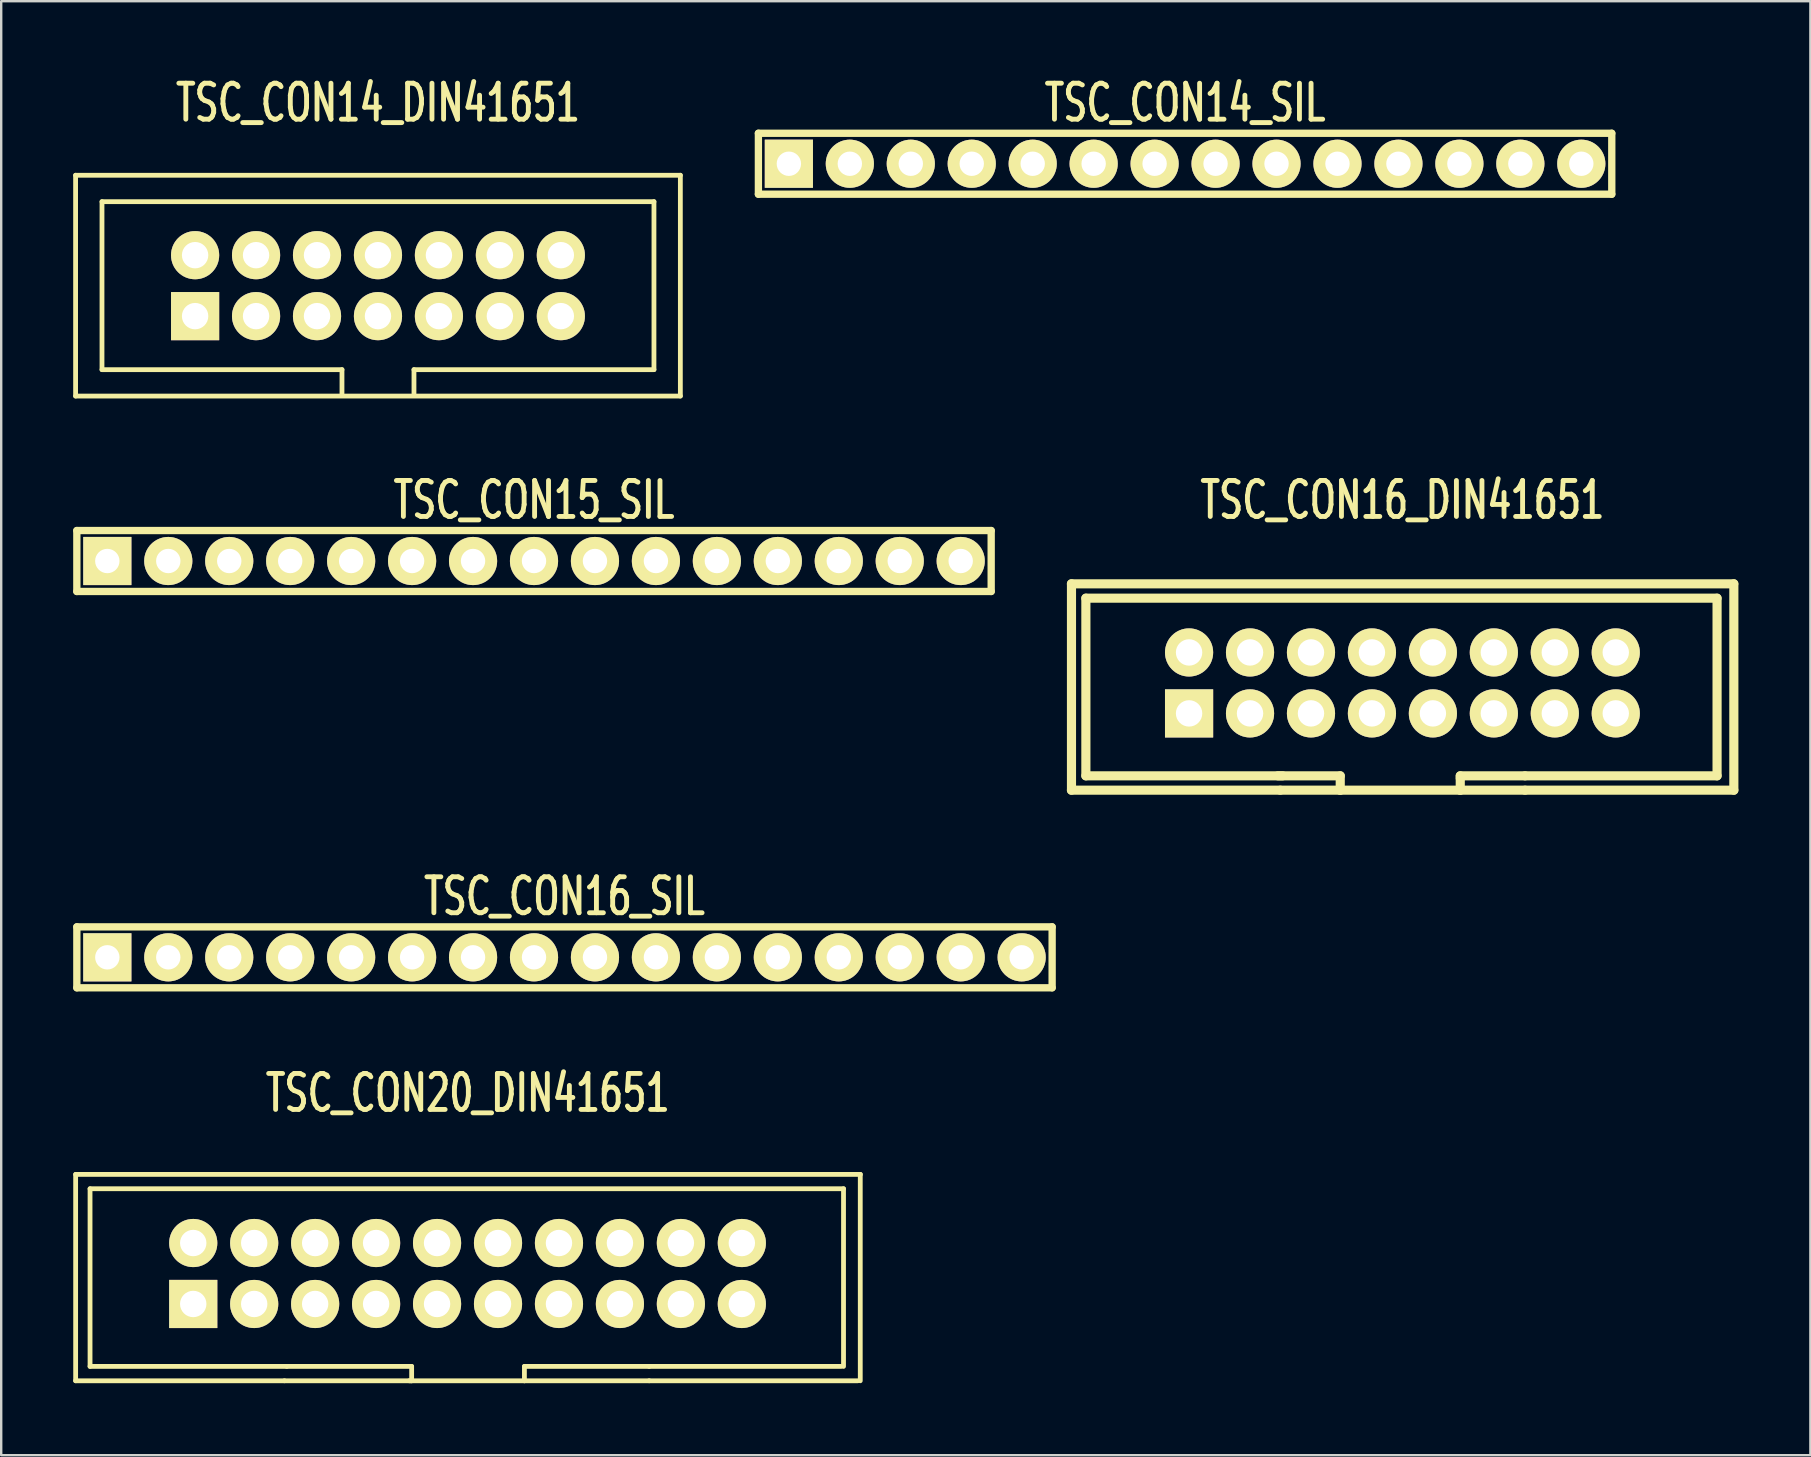
<source format=kicad_pcb>
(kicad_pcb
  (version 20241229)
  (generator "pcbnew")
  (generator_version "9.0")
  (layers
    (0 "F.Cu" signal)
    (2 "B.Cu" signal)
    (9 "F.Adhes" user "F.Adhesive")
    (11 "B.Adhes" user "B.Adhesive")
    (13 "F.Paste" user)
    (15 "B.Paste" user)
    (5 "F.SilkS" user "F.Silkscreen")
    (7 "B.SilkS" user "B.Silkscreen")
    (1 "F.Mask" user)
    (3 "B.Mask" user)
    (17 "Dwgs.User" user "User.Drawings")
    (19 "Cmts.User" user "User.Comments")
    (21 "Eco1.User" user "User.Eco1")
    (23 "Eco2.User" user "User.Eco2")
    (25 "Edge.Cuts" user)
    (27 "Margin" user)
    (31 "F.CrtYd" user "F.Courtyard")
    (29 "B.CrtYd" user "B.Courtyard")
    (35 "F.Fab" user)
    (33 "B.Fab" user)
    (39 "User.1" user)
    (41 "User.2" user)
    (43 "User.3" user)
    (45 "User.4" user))
  (footprint "TSC_CON14_SIL"
    (layer "F.Cu")
    (at 46.332 3.773)
    (property "Reference" "TSC_CON14_SIL" (at 0 -2.54 0) (layer "F.SilkS") (effects (font (size 1.499 1.016) (thickness 0.203))))
    (attr through_hole)
    (fp_line (start -17.78 -1.27) (end 17.78 -1.27) (stroke (width 0.305) (type solid)) (layer "F.SilkS"))
    (fp_line (start -17.78 1.27) (end -17.78 -1.27) (stroke (width 0.305) (type solid)) (layer "F.SilkS"))
    (fp_line (start 17.78 -1.27) (end 17.78 1.27) (stroke (width 0.305) (type solid)) (layer "F.SilkS"))
    (fp_line (start 17.78 1.27) (end -17.78 1.27) (stroke (width 0.305) (type solid)) (layer "F.SilkS"))
    (pad "1" thru_hole rect (at -16.51 0) (size 2.007 2.007) (drill 1.016) (layers "*.Cu" "*.Mask" "F.SilkS"))
    (pad "2" thru_hole circle (at -13.97 0) (size 2.007 2.007) (drill 1.016) (layers "*.Cu" "*.Mask" "F.SilkS"))
    (pad "3" thru_hole circle (at -11.43 0) (size 2.007 2.007) (drill 1.016) (layers "*.Cu" "*.Mask" "F.SilkS"))
    (pad "4" thru_hole circle (at -8.89 0) (size 2.007 2.007) (drill 1.016) (layers "*.Cu" "*.Mask" "F.SilkS"))
    (pad "5" thru_hole circle (at -6.35 0) (size 2.007 2.007) (drill 1.016) (layers "*.Cu" "*.Mask" "F.SilkS"))
    (pad "6" thru_hole circle (at -3.81 0) (size 2.007 2.007) (drill 1.016) (layers "*.Cu" "*.Mask" "F.SilkS"))
    (pad "7" thru_hole circle (at -1.27 0) (size 2.007 2.007) (drill 1.016) (layers "*.Cu" "*.Mask" "F.SilkS"))
    (pad "8" thru_hole circle (at 1.27 0) (size 2.007 2.007) (drill 1.016) (layers "*.Cu" "*.Mask" "F.SilkS"))
    (pad "9" thru_hole circle (at 3.81 0) (size 2.007 2.007) (drill 1.016) (layers "*.Cu" "*.Mask" "F.SilkS"))
    (pad "10" thru_hole circle (at 6.35 0) (size 2.007 2.007) (drill 1.016) (layers "*.Cu" "*.Mask" "F.SilkS"))
    (pad "11" thru_hole circle (at 8.89 0) (size 2.007 2.007) (drill 1.016) (layers "*.Cu" "*.Mask" "F.SilkS"))
    (pad "12" thru_hole circle (at 11.43 0) (size 2.007 2.007) (drill 1.016) (layers "*.Cu" "*.Mask" "F.SilkS"))
    (pad "13" thru_hole circle (at 13.97 0) (size 2.007 2.007) (drill 1.016) (layers "*.Cu" "*.Mask" "F.SilkS"))
    (pad "14" thru_hole circle (at 16.51 0) (size 2.007 2.007) (drill 1.016) (layers "*.Cu" "*.Mask" "F.SilkS")))
  (footprint "TSC_CON16_DIN41651"
    (layer "F.Cu")
    (at 55.388 25.407)
    (property "Reference" "TSC_CON16_DIN41651" (at 0 -7.62 0) (layer "F.SilkS") (effects (font (size 1.499 1.016) (thickness 0.203))))
    (attr through_hole)
    (fp_line (start -13.792 -4.13) (end 13.807 -4.13) (stroke (width 0.381) (type solid)) (layer "F.SilkS"))
    (fp_line (start -13.792 4.47) (end -5.09 4.47) (stroke (width 0.381) (type solid)) (layer "F.SilkS"))
    (fp_line (start -13.79 4.47) (end -13.79 -4.13) (stroke (width 0.381) (type solid)) (layer "F.SilkS"))
    (fp_line (start -13.19 -3.531) (end -13.19 3.871) (stroke (width 0.381) (type solid)) (layer "F.SilkS"))
    (fp_line (start -13.19 3.871) (end -4.991 3.871) (stroke (width 0.381) (type solid)) (layer "F.SilkS"))
    (fp_line (start -5.09 4.47) (end -2.591 4.47) (stroke (width 0.381) (type solid)) (layer "F.SilkS"))
    (fp_line (start -2.591 3.871) (end -5.189 3.871) (stroke (width 0.381) (type solid)) (layer "F.SilkS"))
    (fp_line (start -2.591 4.47) (end -2.591 3.871) (stroke (width 0.381) (type solid)) (layer "F.SilkS"))
    (fp_line (start 2.41 3.871) (end 5.11 3.871) (stroke (width 0.381) (type solid)) (layer "F.SilkS"))
    (fp_line (start 2.41 3.97) (end 2.41 3.871) (stroke (width 0.381) (type solid)) (layer "F.SilkS"))
    (fp_line (start 2.41 4.47) (end -2.591 4.47) (stroke (width 0.381) (type solid)) (layer "F.SilkS"))
    (fp_line (start 2.41 4.47) (end 2.41 3.97) (stroke (width 0.381) (type solid)) (layer "F.SilkS"))
    (fp_line (start 5.11 3.871) (end 13.111 3.871) (stroke (width 0.381) (type solid)) (layer "F.SilkS"))
    (fp_line (start 5.11 4.47) (end 2.41 4.47) (stroke (width 0.381) (type solid)) (layer "F.SilkS"))
    (fp_line (start 13.109 -3.531) (end -13.19 -3.531) (stroke (width 0.381) (type solid)) (layer "F.SilkS"))
    (fp_line (start 13.111 3.871) (end 13.111 -3.531) (stroke (width 0.381) (type solid)) (layer "F.SilkS"))
    (fp_line (start 13.81 -4.13) (end 13.81 4.47) (stroke (width 0.381) (type solid)) (layer "F.SilkS"))
    (fp_line (start 13.81 4.47) (end 5.11 4.47) (stroke (width 0.381) (type solid)) (layer "F.SilkS"))
    (pad "1" thru_hole rect (at -8.89 1.27) (size 2.007 2.007) (drill 1.1) (layers "*.Cu" "*.Mask" "F.SilkS"))
    (pad "2" thru_hole circle (at -8.89 -1.27) (size 2.007 2.007) (drill 1.1) (layers "*.Cu" "*.Mask" "F.SilkS"))
    (pad "3" thru_hole circle (at -6.35 1.27) (size 2.007 2.007) (drill 1.1) (layers "*.Cu" "*.Mask" "F.SilkS"))
    (pad "4" thru_hole circle (at -6.35 -1.27) (size 2.007 2.007) (drill 1.1) (layers "*.Cu" "*.Mask" "F.SilkS"))
    (pad "5" thru_hole circle (at -3.81 1.27) (size 2.007 2.007) (drill 1.1) (layers "*.Cu" "*.Mask" "F.SilkS"))
    (pad "6" thru_hole circle (at -3.81 -1.27) (size 2.007 2.007) (drill 1.1) (layers "*.Cu" "*.Mask" "F.SilkS"))
    (pad "7" thru_hole circle (at -1.27 1.27) (size 2.007 2.007) (drill 1.1) (layers "*.Cu" "*.Mask" "F.SilkS"))
    (pad "8" thru_hole circle (at -1.27 -1.27) (size 2.007 2.007) (drill 1.1) (layers "*.Cu" "*.Mask" "F.SilkS"))
    (pad "9" thru_hole circle (at 1.27 1.27) (size 2.007 2.007) (drill 1.1) (layers "*.Cu" "*.Mask" "F.SilkS"))
    (pad "10" thru_hole circle (at 1.27 -1.27) (size 2.007 2.007) (drill 1.1) (layers "*.Cu" "*.Mask" "F.SilkS"))
    (pad "11" thru_hole circle (at 3.81 1.27) (size 2.007 2.007) (drill 1.1) (layers "*.Cu" "*.Mask" "F.SilkS"))
    (pad "12" thru_hole circle (at 3.81 -1.27) (size 2.007 2.007) (drill 1.1) (layers "*.Cu" "*.Mask" "F.SilkS"))
    (pad "13" thru_hole circle (at 6.35 1.27) (size 2.007 2.007) (drill 1.1) (layers "*.Cu" "*.Mask" "F.SilkS"))
    (pad "14" thru_hole circle (at 6.35 -1.27) (size 2.007 2.007) (drill 1.1) (layers "*.Cu" "*.Mask" "F.SilkS"))
    (pad "15" thru_hole circle (at 8.89 1.27) (size 2.007 2.007) (drill 1.1) (layers "*.Cu" "*.Mask" "F.SilkS"))
    (pad "16" thru_hole circle (at 8.89 -1.27) (size 2.007 2.007) (drill 1.1) (layers "*.Cu" "*.Mask" "F.SilkS")))
  (footprint "TSC_CON20_DIN41651"
    (layer "F.Cu")
    (at 16.432 50.016)
    (property "Reference" "TSC_CON20_DIN41651" (at 0.01 -7.52 0) (layer "F.SilkS") (effects (font (size 1.499 1.016) (thickness 0.203))))
    (attr through_hole)
    (fp_line (start -16.332 4.47) (end -7.63 4.47) (stroke (width 0.2) (type solid)) (layer "F.SilkS"))
    (fp_line (start -16.33 -4.13) (end 16.37 -4.13) (stroke (width 0.2) (type solid)) (layer "F.SilkS"))
    (fp_line (start -16.33 4.47) (end -16.33 -4.13) (stroke (width 0.2) (type solid)) (layer "F.SilkS"))
    (fp_line (start -15.73 -3.531) (end -15.73 3.871) (stroke (width 0.2) (type solid)) (layer "F.SilkS"))
    (fp_line (start -15.73 3.871) (end -7.531 3.871) (stroke (width 0.2) (type solid)) (layer "F.SilkS"))
    (fp_line (start -7.63 4.47) (end -2.329 4.47) (stroke (width 0.2) (type solid)) (layer "F.SilkS"))
    (fp_line (start -7.531 3.871) (end -2.329 3.871) (stroke (width 0.2) (type solid)) (layer "F.SilkS"))
    (fp_line (start -2.329 3.871) (end -2.329 4.47) (stroke (width 0.2) (type solid)) (layer "F.SilkS"))
    (fp_line (start 2.37 3.871) (end 2.37 4.47) (stroke (width 0.2) (type solid)) (layer "F.SilkS"))
    (fp_line (start 2.37 4.47) (end -2.431 4.47) (stroke (width 0.2) (type solid)) (layer "F.SilkS"))
    (fp_line (start 7.567 3.871) (end 15.568 3.871) (stroke (width 0.2) (type solid)) (layer "F.SilkS"))
    (fp_line (start 7.569 3.871) (end 2.37 3.871) (stroke (width 0.2) (type solid)) (layer "F.SilkS"))
    (fp_line (start 7.569 4.47) (end 2.37 4.47) (stroke (width 0.2) (type solid)) (layer "F.SilkS"))
    (fp_line (start 15.667 3.871) (end 15.667 -3.531) (stroke (width 0.2) (type solid)) (layer "F.SilkS"))
    (fp_line (start 15.669 -3.531) (end -15.73 -3.531) (stroke (width 0.2) (type solid)) (layer "F.SilkS"))
    (fp_line (start 16.266 4.47) (end 7.567 4.47) (stroke (width 0.2) (type solid)) (layer "F.SilkS"))
    (fp_line (start 16.365 -4.13) (end 16.365 4.47) (stroke (width 0.2) (type solid)) (layer "F.SilkS"))
    (pad "1" thru_hole rect (at -11.43 1.27) (size 2.007 2.007) (drill 1.1) (layers "*.Cu" "*.Mask" "F.SilkS"))
    (pad "2" thru_hole circle (at -11.43 -1.27) (size 2.007 2.007) (drill 1.1) (layers "*.Cu" "*.Mask" "F.SilkS"))
    (pad "3" thru_hole circle (at -8.89 1.27) (size 2.007 2.007) (drill 1.1) (layers "*.Cu" "*.Mask" "F.SilkS"))
    (pad "4" thru_hole circle (at -8.89 -1.27) (size 2.007 2.007) (drill 1.1) (layers "*.Cu" "*.Mask" "F.SilkS"))
    (pad "5" thru_hole circle (at -6.35 1.27) (size 2.007 2.007) (drill 1.1) (layers "*.Cu" "*.Mask" "F.SilkS"))
    (pad "6" thru_hole circle (at -6.35 -1.27) (size 2.007 2.007) (drill 1.1) (layers "*.Cu" "*.Mask" "F.SilkS"))
    (pad "7" thru_hole circle (at -3.81 1.27) (size 2.007 2.007) (drill 1.1) (layers "*.Cu" "*.Mask" "F.SilkS"))
    (pad "8" thru_hole circle (at -3.81 -1.27) (size 2.007 2.007) (drill 1.1) (layers "*.Cu" "*.Mask" "F.SilkS"))
    (pad "9" thru_hole circle (at -1.27 1.27) (size 2.007 2.007) (drill 1.1) (layers "*.Cu" "*.Mask" "F.SilkS"))
    (pad "10" thru_hole circle (at -1.27 -1.27) (size 2.007 2.007) (drill 1.1) (layers "*.Cu" "*.Mask" "F.SilkS"))
    (pad "11" thru_hole circle (at 1.27 1.27) (size 2.007 2.007) (drill 1.1) (layers "*.Cu" "*.Mask" "F.SilkS"))
    (pad "12" thru_hole circle (at 1.27 -1.27) (size 2.007 2.007) (drill 1.1) (layers "*.Cu" "*.Mask" "F.SilkS"))
    (pad "13" thru_hole circle (at 3.81 1.27) (size 2.007 2.007) (drill 1.1) (layers "*.Cu" "*.Mask" "F.SilkS"))
    (pad "14" thru_hole circle (at 3.81 -1.27) (size 2.007 2.007) (drill 1.1) (layers "*.Cu" "*.Mask" "F.SilkS"))
    (pad "15" thru_hole circle (at 6.35 1.27) (size 2.007 2.007) (drill 1.1) (layers "*.Cu" "*.Mask" "F.SilkS"))
    (pad "16" thru_hole circle (at 6.35 -1.27) (size 2.007 2.007) (drill 1.1) (layers "*.Cu" "*.Mask" "F.SilkS"))
    (pad "17" thru_hole circle (at 8.89 1.27) (size 2.007 2.007) (drill 1.1) (layers "*.Cu" "*.Mask" "F.SilkS"))
    (pad "18" thru_hole circle (at 8.89 -1.27) (size 2.007 2.007) (drill 1.1) (layers "*.Cu" "*.Mask" "F.SilkS"))
    (pad "19" thru_hole circle (at 11.43 1.27) (size 2.007 2.007) (drill 1.1) (layers "*.Cu" "*.Mask" "F.SilkS"))
    (pad "20" thru_hole circle (at 11.43 -1.27) (size 2.007 2.007) (drill 1.1) (layers "*.Cu" "*.Mask" "F.SilkS")))
  (footprint "TSC_CON14_DIN41651"
    (layer "F.Cu")
    (at 12.7 8.853)
    (property "Reference" "TSC_CON14_DIN41651" (at 0 -7.62 0) (layer "F.SilkS") (effects (font (size 1.499 1.016) (thickness 0.203))))
    (attr through_hole)
    (fp_line (start -12.6 -4.6) (end 12.6 -4.6) (stroke (width 0.2) (type solid)) (layer "F.SilkS"))
    (fp_line (start -12.6 4.6) (end -12.6 -4.6) (stroke (width 0.2) (type solid)) (layer "F.SilkS"))
    (fp_line (start -11.5 -3.5) (end -11.5 3.5) (stroke (width 0.2) (type solid)) (layer "F.SilkS"))
    (fp_line (start -11.5 3.5) (end -1.5 3.5) (stroke (width 0.2) (type solid)) (layer "F.SilkS"))
    (fp_line (start -1.5 3.5) (end -1.5 4.5) (stroke (width 0.2) (type solid)) (layer "F.SilkS"))
    (fp_line (start 1.5 3.5) (end 11.5 3.5) (stroke (width 0.2) (type solid)) (layer "F.SilkS"))
    (fp_line (start 1.5 4.5) (end 1.5 3.5) (stroke (width 0.2) (type solid)) (layer "F.SilkS"))
    (fp_line (start 11.5 -3.5) (end -11.5 -3.5) (stroke (width 0.2) (type solid)) (layer "F.SilkS"))
    (fp_line (start 11.5 3.5) (end 11.5 -3.5) (stroke (width 0.2) (type solid)) (layer "F.SilkS"))
    (fp_line (start 12.6 -4.6) (end 12.6 4.6) (stroke (width 0.2) (type solid)) (layer "F.SilkS"))
    (fp_line (start 12.6 4.6) (end -12.6 4.6) (stroke (width 0.2) (type solid)) (layer "F.SilkS"))
    (pad "1" thru_hole rect (at -7.62 1.27) (size 2.007 2.007) (drill 1.1) (layers "*.Cu" "*.Mask" "F.SilkS"))
    (pad "2" thru_hole circle (at -7.62 -1.27) (size 2.007 2.007) (drill 1.1) (layers "*.Cu" "*.Mask" "F.SilkS"))
    (pad "3" thru_hole circle (at -5.08 1.27) (size 2.007 2.007) (drill 1.1) (layers "*.Cu" "*.Mask" "F.SilkS"))
    (pad "4" thru_hole circle (at -5.08 -1.27) (size 2.007 2.007) (drill 1.1) (layers "*.Cu" "*.Mask" "F.SilkS"))
    (pad "5" thru_hole circle (at -2.54 1.27) (size 2.007 2.007) (drill 1.1) (layers "*.Cu" "*.Mask" "F.SilkS"))
    (pad "6" thru_hole circle (at -2.54 -1.27) (size 2.007 2.007) (drill 1.1) (layers "*.Cu" "*.Mask" "F.SilkS"))
    (pad "7" thru_hole circle (at 0 1.27) (size 2.007 2.007) (drill 1.1) (layers "*.Cu" "*.Mask" "F.SilkS"))
    (pad "8" thru_hole circle (at 0 -1.27) (size 2.007 2.007) (drill 1.1) (layers "*.Cu" "*.Mask" "F.SilkS"))
    (pad "9" thru_hole circle (at 2.54 1.27) (size 2.007 2.007) (drill 1.1) (layers "*.Cu" "*.Mask" "F.SilkS"))
    (pad "10" thru_hole circle (at 2.54 -1.27) (size 2.007 2.007) (drill 1.1) (layers "*.Cu" "*.Mask" "F.SilkS"))
    (pad "11" thru_hole circle (at 5.08 1.27) (size 2.007 2.007) (drill 1.1) (layers "*.Cu" "*.Mask" "F.SilkS"))
    (pad "12" thru_hole circle (at 5.08 -1.27) (size 2.007 2.007) (drill 1.1) (layers "*.Cu" "*.Mask" "F.SilkS"))
    (pad "13" thru_hole circle (at 7.62 1.27) (size 2.007 2.007) (drill 1.1) (layers "*.Cu" "*.Mask" "F.SilkS"))
    (pad "14" thru_hole circle (at 7.62 -1.27) (size 2.007 2.007) (drill 1.1) (layers "*.Cu" "*.Mask" "F.SilkS")))
  (footprint "TSC_CON16_SIL"
    (layer "F.Cu")
    (at 20.472 36.841)
    (property "Reference" "TSC_CON16_SIL" (at 0 -2.54 0) (layer "F.SilkS") (effects (font (size 1.499 1.016) (thickness 0.203))))
    (attr through_hole)
    (fp_line (start -20.32 -1.27) (end 20.32 -1.27) (stroke (width 0.305) (type solid)) (layer "F.SilkS"))
    (fp_line (start -20.32 1.27) (end -20.32 -1.27) (stroke (width 0.305) (type solid)) (layer "F.SilkS"))
    (fp_line (start 20.32 -1.27) (end 20.32 1.27) (stroke (width 0.305) (type solid)) (layer "F.SilkS"))
    (fp_line (start 20.32 1.27) (end -20.32 1.27) (stroke (width 0.305) (type solid)) (layer "F.SilkS"))
    (pad "1" thru_hole rect (at -19.05 0) (size 2.007 2.007) (drill 1.016) (layers "*.Cu" "*.Mask" "F.SilkS"))
    (pad "2" thru_hole circle (at -16.51 0) (size 2.007 2.007) (drill 1.016) (layers "*.Cu" "*.Mask" "F.SilkS"))
    (pad "3" thru_hole circle (at -13.97 0) (size 2.007 2.007) (drill 1.016) (layers "*.Cu" "*.Mask" "F.SilkS"))
    (pad "4" thru_hole circle (at -11.43 0) (size 2.007 2.007) (drill 1.016) (layers "*.Cu" "*.Mask" "F.SilkS"))
    (pad "5" thru_hole circle (at -8.89 0) (size 2.007 2.007) (drill 1.016) (layers "*.Cu" "*.Mask" "F.SilkS"))
    (pad "6" thru_hole circle (at -6.35 0) (size 2.007 2.007) (drill 1.016) (layers "*.Cu" "*.Mask" "F.SilkS"))
    (pad "7" thru_hole circle (at -3.81 0) (size 2.007 2.007) (drill 1.016) (layers "*.Cu" "*.Mask" "F.SilkS"))
    (pad "8" thru_hole circle (at -1.27 0) (size 2.007 2.007) (drill 1.016) (layers "*.Cu" "*.Mask" "F.SilkS"))
    (pad "9" thru_hole circle (at 1.27 0) (size 2.007 2.007) (drill 1.016) (layers "*.Cu" "*.Mask" "F.SilkS"))
    (pad "10" thru_hole circle (at 3.81 0) (size 2.007 2.007) (drill 1.016) (layers "*.Cu" "*.Mask" "F.SilkS"))
    (pad "11" thru_hole circle (at 6.35 0) (size 2.007 2.007) (drill 1.016) (layers "*.Cu" "*.Mask" "F.SilkS"))
    (pad "12" thru_hole circle (at 8.89 0) (size 2.007 2.007) (drill 1.016) (layers "*.Cu" "*.Mask" "F.SilkS"))
    (pad "13" thru_hole circle (at 11.43 0) (size 2.007 2.007) (drill 1.016) (layers "*.Cu" "*.Mask" "F.SilkS"))
    (pad "14" thru_hole circle (at 13.97 0) (size 2.007 2.007) (drill 1.016) (layers "*.Cu" "*.Mask" "F.SilkS"))
    (pad "15" thru_hole circle (at 16.51 0) (size 2.007 2.007) (drill 1.016) (layers "*.Cu" "*.Mask" "F.SilkS"))
    (pad "16" thru_hole circle (at 19.05 0) (size 2.007 2.007) (drill 1.016) (layers "*.Cu" "*.Mask" "F.SilkS")))
  (footprint "TSC_CON15_SIL"
    (layer "F.Cu")
    (at 19.202 20.327)
    (property "Reference" "TSC_CON15_SIL" (at 0 -2.54 0) (layer "F.SilkS") (effects (font (size 1.499 1.016) (thickness 0.203))))
    (attr through_hole)
    (fp_line (start -19.05 -1.27) (end 19.05 -1.27) (stroke (width 0.305) (type solid)) (layer "F.SilkS"))
    (fp_line (start -19.05 1.27) (end -19.05 -1.27) (stroke (width 0.305) (type solid)) (layer "F.SilkS"))
    (fp_line (start 19.05 -1.27) (end 19.05 1.27) (stroke (width 0.305) (type solid)) (layer "F.SilkS"))
    (fp_line (start 19.05 1.27) (end -19.05 1.27) (stroke (width 0.305) (type solid)) (layer "F.SilkS"))
    (pad "1" thru_hole rect (at -17.78 0) (size 2.007 2.007) (drill 1.016) (layers "*.Cu" "*.Mask" "F.SilkS"))
    (pad "2" thru_hole circle (at -15.24 0) (size 2.007 2.007) (drill 1.016) (layers "*.Cu" "*.Mask" "F.SilkS"))
    (pad "3" thru_hole circle (at -12.7 0) (size 2.007 2.007) (drill 1.016) (layers "*.Cu" "*.Mask" "F.SilkS"))
    (pad "4" thru_hole circle (at -10.16 0) (size 2.007 2.007) (drill 1.016) (layers "*.Cu" "*.Mask" "F.SilkS"))
    (pad "5" thru_hole circle (at -7.62 0) (size 2.007 2.007) (drill 1.016) (layers "*.Cu" "*.Mask" "F.SilkS"))
    (pad "6" thru_hole circle (at -5.08 0) (size 2.007 2.007) (drill 1.016) (layers "*.Cu" "*.Mask" "F.SilkS"))
    (pad "7" thru_hole circle (at -2.54 0) (size 2.007 2.007) (drill 1.016) (layers "*.Cu" "*.Mask" "F.SilkS"))
    (pad "8" thru_hole circle (at 0 0) (size 2.007 2.007) (drill 1.016) (layers "*.Cu" "*.Mask" "F.SilkS"))
    (pad "9" thru_hole circle (at 2.54 0) (size 2.007 2.007) (drill 1.016) (layers "*.Cu" "*.Mask" "F.SilkS"))
    (pad "10" thru_hole circle (at 5.08 0) (size 2.007 2.007) (drill 1.016) (layers "*.Cu" "*.Mask" "F.SilkS"))
    (pad "11" thru_hole circle (at 7.62 0) (size 2.007 2.007) (drill 1.016) (layers "*.Cu" "*.Mask" "F.SilkS"))
    (pad "12" thru_hole circle (at 10.16 0) (size 2.007 2.007) (drill 1.016) (layers "*.Cu" "*.Mask" "F.SilkS"))
    (pad "13" thru_hole circle (at 12.7 0) (size 2.007 2.007) (drill 1.016) (layers "*.Cu" "*.Mask" "F.SilkS"))
    (pad "14" thru_hole circle (at 15.24 0) (size 2.007 2.007) (drill 1.016) (layers "*.Cu" "*.Mask" "F.SilkS"))
    (pad "15" thru_hole circle (at 17.78 0) (size 2.007 2.007) (drill 1.016) (layers "*.Cu" "*.Mask" "F.SilkS")))
  (gr_rect
    (start -3 -3)
    (end 72.388 57.587)
    (stroke (width 0.1) (type default))
    (fill no)
    (layer "Edge.Cuts")))
</source>
